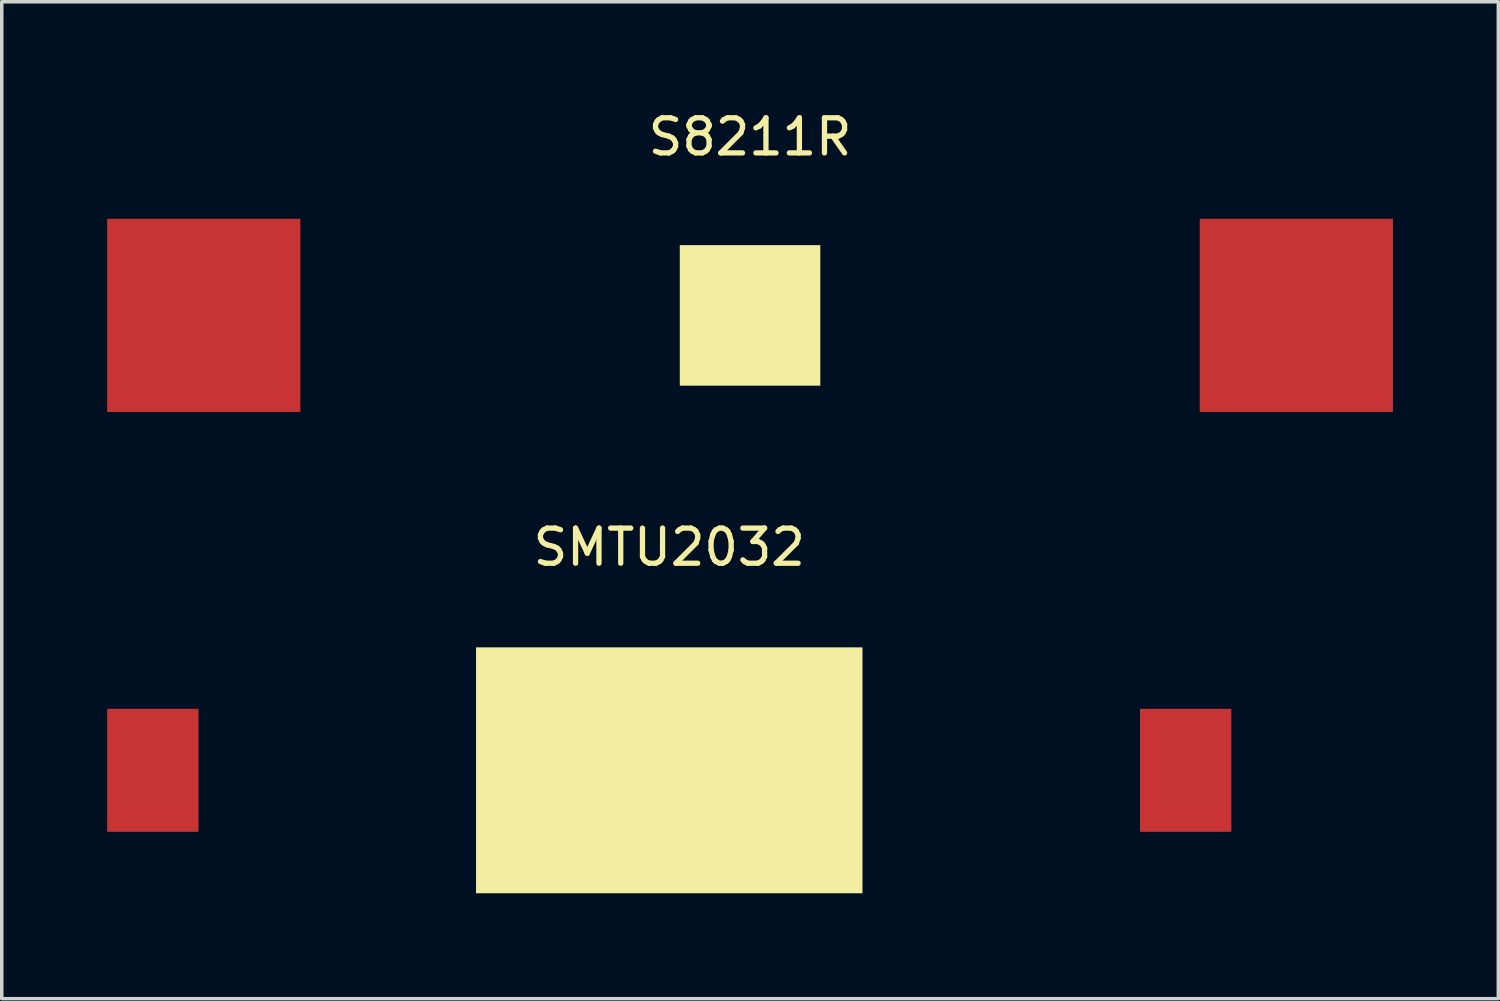
<source format=kicad_pcb>
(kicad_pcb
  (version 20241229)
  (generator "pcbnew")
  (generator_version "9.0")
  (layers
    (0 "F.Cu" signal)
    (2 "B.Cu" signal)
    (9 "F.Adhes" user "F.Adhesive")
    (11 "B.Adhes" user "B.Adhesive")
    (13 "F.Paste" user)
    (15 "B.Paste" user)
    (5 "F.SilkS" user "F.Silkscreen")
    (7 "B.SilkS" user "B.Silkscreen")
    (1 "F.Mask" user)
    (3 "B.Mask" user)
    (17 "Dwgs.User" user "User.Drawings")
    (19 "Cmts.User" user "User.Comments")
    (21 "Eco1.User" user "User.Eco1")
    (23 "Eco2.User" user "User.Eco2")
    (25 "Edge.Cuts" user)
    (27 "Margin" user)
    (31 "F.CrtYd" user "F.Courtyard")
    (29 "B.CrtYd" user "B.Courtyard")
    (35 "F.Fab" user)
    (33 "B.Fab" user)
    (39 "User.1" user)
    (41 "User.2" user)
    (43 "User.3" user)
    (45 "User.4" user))
  (footprint "SMTU2032"
    (layer "F.Cu")
    (at 16 18.877)
    (property "Reference" "SMTU2032" (at 0 -6.35 0) (layer "F.SilkS") (effects (font (size 1 1) (thickness 0.15))))
    (attr through_hole)
    (pad "" smd rect (at 0 0) (size 11 7) (layers "F.SilkS"))
    (pad "1" smd trapezoid (at 14.7 0) (size 2.6 3.5) (layers "*.Mask" "F.Cu"))
    (pad "2" smd trapezoid (at -14.7 0) (size 2.6 3.5) (layers "*.Mask" "F.Cu")))
  (footprint "S8211R"
    (layer "F.Cu")
    (at 18.3 5.928)
    (property "Reference" "S8211R" (at 0 -5.08 0) (layer "F.SilkS") (effects (font (size 1 1) (thickness 0.15))))
    (attr through_hole)
    (pad "" smd rect (at 0 0) (size 4 4) (layers "F.SilkS"))
    (pad "1" smd rect (at 15.55 0) (size 5.5 5.5) (layers "*.Mask" "F.Cu"))
    (pad "2" smd rect (at -15.55 0) (size 5.5 5.5) (layers "*.Mask" "F.Cu")))
  (gr_rect
    (start -3 -3)
    (end 39.6 25.377)
    (stroke (width 0.1) (type default))
    (fill no)
    (layer "Edge.Cuts")))
</source>
